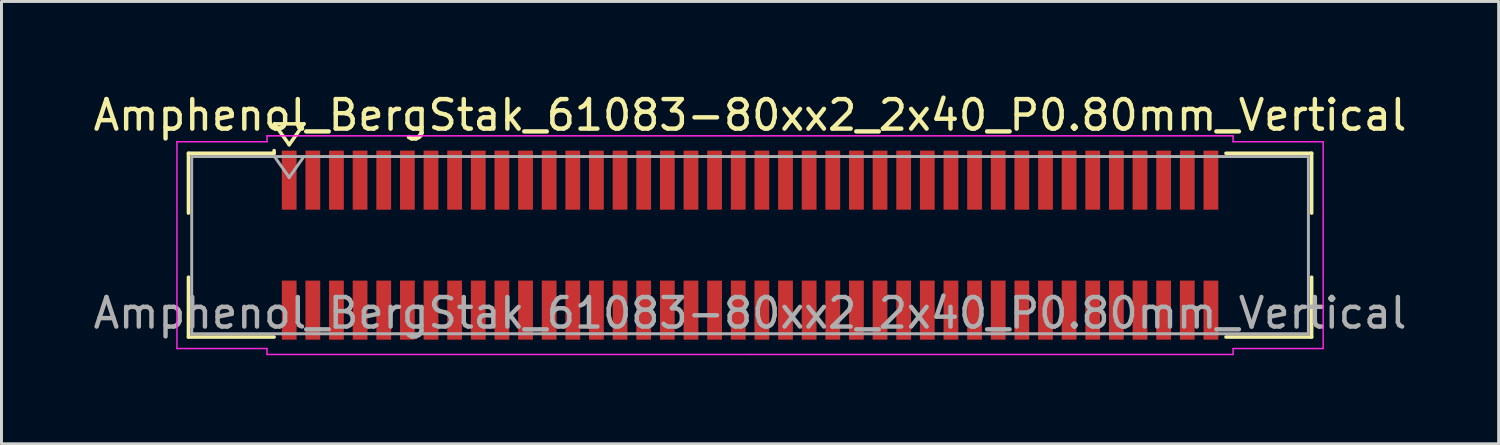
<source format=kicad_pcb>
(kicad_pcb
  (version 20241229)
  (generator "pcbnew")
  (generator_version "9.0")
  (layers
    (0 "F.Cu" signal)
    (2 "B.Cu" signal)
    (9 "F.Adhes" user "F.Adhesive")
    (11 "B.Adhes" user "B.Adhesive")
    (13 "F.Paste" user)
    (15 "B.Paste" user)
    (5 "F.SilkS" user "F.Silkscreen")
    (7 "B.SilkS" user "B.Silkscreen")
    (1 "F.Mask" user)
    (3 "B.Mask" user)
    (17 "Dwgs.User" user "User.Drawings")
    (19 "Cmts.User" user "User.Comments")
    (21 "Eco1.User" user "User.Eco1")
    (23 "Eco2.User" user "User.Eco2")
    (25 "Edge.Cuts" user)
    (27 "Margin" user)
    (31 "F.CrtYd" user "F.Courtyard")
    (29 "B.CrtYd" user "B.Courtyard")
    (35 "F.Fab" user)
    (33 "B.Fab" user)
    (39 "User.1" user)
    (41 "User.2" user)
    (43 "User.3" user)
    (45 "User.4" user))
  (footprint "Amphenol_BergStak_61083-80xx2_2x40_P0.80mm_Vertical"
    (layer "F.Cu")
    (at 22.339 5.248)
    (property "Reference" "Amphenol_BergStak_61083-80xx2_2x40_P0.80mm_Vertical" (at 0 -4.4 0) (layer "F.SilkS") (effects (font (size 1 1) (thickness 0.15))))
    (attr smd)
    (fp_line (start -19.01 -3.11) (end -16.11 -3.11) (stroke (width 0.12) (type solid)) (layer "F.SilkS"))
    (fp_line (start -19.01 -1.085) (end -19.01 -3.11) (stroke (width 0.12) (type solid)) (layer "F.SilkS"))
    (fp_line (start -19.01 1.085) (end -19.01 3.11) (stroke (width 0.12) (type solid)) (layer "F.SilkS"))
    (fp_line (start -19.01 3.11) (end -16.11 3.11) (stroke (width 0.12) (type solid)) (layer "F.SilkS"))
    (fp_line (start -16.11 -3.11) (end -16.11 -3.2) (stroke (width 0.12) (type solid)) (layer "F.SilkS"))
    (fp_line (start -16.1 -4.107) (end -15.6 -3.4) (stroke (width 0.12) (type solid)) (layer "F.SilkS"))
    (fp_line (start -15.6 -3.4) (end -15.1 -4.107) (stroke (width 0.12) (type solid)) (layer "F.SilkS"))
    (fp_line (start -15.1 -4.107) (end -16.1 -4.107) (stroke (width 0.12) (type solid)) (layer "F.SilkS"))
    (fp_line (start 19.01 -3.11) (end 16.11 -3.11) (stroke (width 0.12) (type solid)) (layer "F.SilkS"))
    (fp_line (start 19.01 -1.085) (end 19.01 -3.11) (stroke (width 0.12) (type solid)) (layer "F.SilkS"))
    (fp_line (start 19.01 1.085) (end 19.01 3.11) (stroke (width 0.12) (type solid)) (layer "F.SilkS"))
    (fp_line (start 19.01 3.11) (end 16.11 3.11) (stroke (width 0.12) (type solid)) (layer "F.SilkS"))
    (fp_line (start -19.4 -3.5) (end -19.4 3.5) (stroke (width 0.05) (type solid)) (layer "F.CrtYd"))
    (fp_line (start -19.4 3.5) (end -16.35 3.5) (stroke (width 0.05) (type solid)) (layer "F.CrtYd"))
    (fp_line (start -16.35 -3.7) (end -16.35 -3.5) (stroke (width 0.05) (type solid)) (layer "F.CrtYd"))
    (fp_line (start -16.35 -3.5) (end -19.4 -3.5) (stroke (width 0.05) (type solid)) (layer "F.CrtYd"))
    (fp_line (start -16.35 3.5) (end -16.35 3.7) (stroke (width 0.05) (type solid)) (layer "F.CrtYd"))
    (fp_line (start -16.35 3.7) (end 0 3.7) (stroke (width 0.05) (type solid)) (layer "F.CrtYd"))
    (fp_line (start 0 -3.7) (end -16.35 -3.7) (stroke (width 0.05) (type solid)) (layer "F.CrtYd"))
    (fp_line (start 0 -3.7) (end 16.35 -3.7) (stroke (width 0.05) (type solid)) (layer "F.CrtYd"))
    (fp_line (start 16.35 -3.7) (end 16.35 -3.5) (stroke (width 0.05) (type solid)) (layer "F.CrtYd"))
    (fp_line (start 16.35 -3.5) (end 19.4 -3.5) (stroke (width 0.05) (type solid)) (layer "F.CrtYd"))
    (fp_line (start 16.35 3.5) (end 16.35 3.7) (stroke (width 0.05) (type solid)) (layer "F.CrtYd"))
    (fp_line (start 16.35 3.7) (end 0 3.7) (stroke (width 0.05) (type solid)) (layer "F.CrtYd"))
    (fp_line (start 19.4 -3.5) (end 19.4 3.5) (stroke (width 0.05) (type solid)) (layer "F.CrtYd"))
    (fp_line (start 19.4 3.5) (end 16.35 3.5) (stroke (width 0.05) (type solid)) (layer "F.CrtYd"))
    (fp_line (start -18.9 -3) (end -18.9 3) (stroke (width 0.1) (type solid)) (layer "F.Fab"))
    (fp_line (start -18.9 3) (end 18.9 3) (stroke (width 0.1) (type solid)) (layer "F.Fab"))
    (fp_line (start -16.1 -3) (end -15.6 -2.293) (stroke (width 0.1) (type solid)) (layer "F.Fab"))
    (fp_line (start -15.6 -2.293) (end -15.1 -3) (stroke (width 0.1) (type solid)) (layer "F.Fab"))
    (fp_line (start 18.9 -3) (end -18.9 -3) (stroke (width 0.1) (type solid)) (layer "F.Fab"))
    (fp_line (start 18.9 3) (end 18.9 -3) (stroke (width 0.1) (type solid)) (layer "F.Fab"))
    (fp_text user "${REFERENCE}" (at 0 2.3 0) (layer "F.Fab") (effects (font (size 1 1) (thickness 0.15))))
    (pad "1" smd rect (at -15.6 -2.2) (size 0.5 2) (layers "F.Cu" "F.Mask" "F.Paste"))
    (pad "2" smd rect (at -15.6 2.2) (size 0.5 2) (layers "F.Cu" "F.Mask" "F.Paste"))
    (pad "3" smd rect (at -14.8 -2.2) (size 0.5 2) (layers "F.Cu" "F.Mask" "F.Paste"))
    (pad "4" smd rect (at -14.8 2.2) (size 0.5 2) (layers "F.Cu" "F.Mask" "F.Paste"))
    (pad "5" smd rect (at -14 -2.2) (size 0.5 2) (layers "F.Cu" "F.Mask" "F.Paste"))
    (pad "6" smd rect (at -14 2.2) (size 0.5 2) (layers "F.Cu" "F.Mask" "F.Paste"))
    (pad "7" smd rect (at -13.2 -2.2) (size 0.5 2) (layers "F.Cu" "F.Mask" "F.Paste"))
    (pad "8" smd rect (at -13.2 2.2) (size 0.5 2) (layers "F.Cu" "F.Mask" "F.Paste"))
    (pad "9" smd rect (at -12.4 -2.2) (size 0.5 2) (layers "F.Cu" "F.Mask" "F.Paste"))
    (pad "10" smd rect (at -12.4 2.2) (size 0.5 2) (layers "F.Cu" "F.Mask" "F.Paste"))
    (pad "11" smd rect (at -11.6 -2.2) (size 0.5 2) (layers "F.Cu" "F.Mask" "F.Paste"))
    (pad "12" smd rect (at -11.6 2.2) (size 0.5 2) (layers "F.Cu" "F.Mask" "F.Paste"))
    (pad "13" smd rect (at -10.8 -2.2) (size 0.5 2) (layers "F.Cu" "F.Mask" "F.Paste"))
    (pad "14" smd rect (at -10.8 2.2) (size 0.5 2) (layers "F.Cu" "F.Mask" "F.Paste"))
    (pad "15" smd rect (at -10 -2.2) (size 0.5 2) (layers "F.Cu" "F.Mask" "F.Paste"))
    (pad "16" smd rect (at -10 2.2) (size 0.5 2) (layers "F.Cu" "F.Mask" "F.Paste"))
    (pad "17" smd rect (at -9.2 -2.2) (size 0.5 2) (layers "F.Cu" "F.Mask" "F.Paste"))
    (pad "18" smd rect (at -9.2 2.2) (size 0.5 2) (layers "F.Cu" "F.Mask" "F.Paste"))
    (pad "19" smd rect (at -8.4 -2.2) (size 0.5 2) (layers "F.Cu" "F.Mask" "F.Paste"))
    (pad "20" smd rect (at -8.4 2.2) (size 0.5 2) (layers "F.Cu" "F.Mask" "F.Paste"))
    (pad "21" smd rect (at -7.6 -2.2) (size 0.5 2) (layers "F.Cu" "F.Mask" "F.Paste"))
    (pad "22" smd rect (at -7.6 2.2) (size 0.5 2) (layers "F.Cu" "F.Mask" "F.Paste"))
    (pad "23" smd rect (at -6.8 -2.2) (size 0.5 2) (layers "F.Cu" "F.Mask" "F.Paste"))
    (pad "24" smd rect (at -6.8 2.2) (size 0.5 2) (layers "F.Cu" "F.Mask" "F.Paste"))
    (pad "25" smd rect (at -6 -2.2) (size 0.5 2) (layers "F.Cu" "F.Mask" "F.Paste"))
    (pad "26" smd rect (at -6 2.2) (size 0.5 2) (layers "F.Cu" "F.Mask" "F.Paste"))
    (pad "27" smd rect (at -5.2 -2.2) (size 0.5 2) (layers "F.Cu" "F.Mask" "F.Paste"))
    (pad "28" smd rect (at -5.2 2.2) (size 0.5 2) (layers "F.Cu" "F.Mask" "F.Paste"))
    (pad "29" smd rect (at -4.4 -2.2) (size 0.5 2) (layers "F.Cu" "F.Mask" "F.Paste"))
    (pad "30" smd rect (at -4.4 2.2) (size 0.5 2) (layers "F.Cu" "F.Mask" "F.Paste"))
    (pad "31" smd rect (at -3.6 -2.2) (size 0.5 2) (layers "F.Cu" "F.Mask" "F.Paste"))
    (pad "32" smd rect (at -3.6 2.2) (size 0.5 2) (layers "F.Cu" "F.Mask" "F.Paste"))
    (pad "33" smd rect (at -2.8 -2.2) (size 0.5 2) (layers "F.Cu" "F.Mask" "F.Paste"))
    (pad "34" smd rect (at -2.8 2.2) (size 0.5 2) (layers "F.Cu" "F.Mask" "F.Paste"))
    (pad "35" smd rect (at -2 -2.2) (size 0.5 2) (layers "F.Cu" "F.Mask" "F.Paste"))
    (pad "36" smd rect (at -2 2.2) (size 0.5 2) (layers "F.Cu" "F.Mask" "F.Paste"))
    (pad "37" smd rect (at -1.2 -2.2) (size 0.5 2) (layers "F.Cu" "F.Mask" "F.Paste"))
    (pad "38" smd rect (at -1.2 2.2) (size 0.5 2) (layers "F.Cu" "F.Mask" "F.Paste"))
    (pad "39" smd rect (at -0.4 -2.2) (size 0.5 2) (layers "F.Cu" "F.Mask" "F.Paste"))
    (pad "40" smd rect (at -0.4 2.2) (size 0.5 2) (layers "F.Cu" "F.Mask" "F.Paste"))
    (pad "41" smd rect (at 0.4 -2.2) (size 0.5 2) (layers "F.Cu" "F.Mask" "F.Paste"))
    (pad "42" smd rect (at 0.4 2.2) (size 0.5 2) (layers "F.Cu" "F.Mask" "F.Paste"))
    (pad "43" smd rect (at 1.2 -2.2) (size 0.5 2) (layers "F.Cu" "F.Mask" "F.Paste"))
    (pad "44" smd rect (at 1.2 2.2) (size 0.5 2) (layers "F.Cu" "F.Mask" "F.Paste"))
    (pad "45" smd rect (at 2 -2.2) (size 0.5 2) (layers "F.Cu" "F.Mask" "F.Paste"))
    (pad "46" smd rect (at 2 2.2) (size 0.5 2) (layers "F.Cu" "F.Mask" "F.Paste"))
    (pad "47" smd rect (at 2.8 -2.2) (size 0.5 2) (layers "F.Cu" "F.Mask" "F.Paste"))
    (pad "48" smd rect (at 2.8 2.2) (size 0.5 2) (layers "F.Cu" "F.Mask" "F.Paste"))
    (pad "49" smd rect (at 3.6 -2.2) (size 0.5 2) (layers "F.Cu" "F.Mask" "F.Paste"))
    (pad "50" smd rect (at 3.6 2.2) (size 0.5 2) (layers "F.Cu" "F.Mask" "F.Paste"))
    (pad "51" smd rect (at 4.4 -2.2) (size 0.5 2) (layers "F.Cu" "F.Mask" "F.Paste"))
    (pad "52" smd rect (at 4.4 2.2) (size 0.5 2) (layers "F.Cu" "F.Mask" "F.Paste"))
    (pad "53" smd rect (at 5.2 -2.2) (size 0.5 2) (layers "F.Cu" "F.Mask" "F.Paste"))
    (pad "54" smd rect (at 5.2 2.2) (size 0.5 2) (layers "F.Cu" "F.Mask" "F.Paste"))
    (pad "55" smd rect (at 6 -2.2) (size 0.5 2) (layers "F.Cu" "F.Mask" "F.Paste"))
    (pad "56" smd rect (at 6 2.2) (size 0.5 2) (layers "F.Cu" "F.Mask" "F.Paste"))
    (pad "57" smd rect (at 6.8 -2.2) (size 0.5 2) (layers "F.Cu" "F.Mask" "F.Paste"))
    (pad "58" smd rect (at 6.8 2.2) (size 0.5 2) (layers "F.Cu" "F.Mask" "F.Paste"))
    (pad "59" smd rect (at 7.6 -2.2) (size 0.5 2) (layers "F.Cu" "F.Mask" "F.Paste"))
    (pad "60" smd rect (at 7.6 2.2) (size 0.5 2) (layers "F.Cu" "F.Mask" "F.Paste"))
    (pad "61" smd rect (at 8.4 -2.2) (size 0.5 2) (layers "F.Cu" "F.Mask" "F.Paste"))
    (pad "62" smd rect (at 8.4 2.2) (size 0.5 2) (layers "F.Cu" "F.Mask" "F.Paste"))
    (pad "63" smd rect (at 9.2 -2.2) (size 0.5 2) (layers "F.Cu" "F.Mask" "F.Paste"))
    (pad "64" smd rect (at 9.2 2.2) (size 0.5 2) (layers "F.Cu" "F.Mask" "F.Paste"))
    (pad "65" smd rect (at 10 -2.2) (size 0.5 2) (layers "F.Cu" "F.Mask" "F.Paste"))
    (pad "66" smd rect (at 10 2.2) (size 0.5 2) (layers "F.Cu" "F.Mask" "F.Paste"))
    (pad "67" smd rect (at 10.8 -2.2) (size 0.5 2) (layers "F.Cu" "F.Mask" "F.Paste"))
    (pad "68" smd rect (at 10.8 2.2) (size 0.5 2) (layers "F.Cu" "F.Mask" "F.Paste"))
    (pad "69" smd rect (at 11.6 -2.2) (size 0.5 2) (layers "F.Cu" "F.Mask" "F.Paste"))
    (pad "70" smd rect (at 11.6 2.2) (size 0.5 2) (layers "F.Cu" "F.Mask" "F.Paste"))
    (pad "71" smd rect (at 12.4 -2.2) (size 0.5 2) (layers "F.Cu" "F.Mask" "F.Paste"))
    (pad "72" smd rect (at 12.4 2.2) (size 0.5 2) (layers "F.Cu" "F.Mask" "F.Paste"))
    (pad "73" smd rect (at 13.2 -2.2) (size 0.5 2) (layers "F.Cu" "F.Mask" "F.Paste"))
    (pad "74" smd rect (at 13.2 2.2) (size 0.5 2) (layers "F.Cu" "F.Mask" "F.Paste"))
    (pad "75" smd rect (at 14 -2.2) (size 0.5 2) (layers "F.Cu" "F.Mask" "F.Paste"))
    (pad "76" smd rect (at 14 2.2) (size 0.5 2) (layers "F.Cu" "F.Mask" "F.Paste"))
    (pad "77" smd rect (at 14.8 -2.2) (size 0.5 2) (layers "F.Cu" "F.Mask" "F.Paste"))
    (pad "78" smd rect (at 14.8 2.2) (size 0.5 2) (layers "F.Cu" "F.Mask" "F.Paste"))
    (pad "79" smd rect (at 15.6 -2.2) (size 0.5 2) (layers "F.Cu" "F.Mask" "F.Paste"))
    (pad "80" smd rect (at 15.6 2.2) (size 0.5 2) (layers "F.Cu" "F.Mask" "F.Paste")))
  (gr_rect
    (start -3 -3)
    (end 47.679 11.973)
    (stroke (width 0.1) (type default))
    (fill no)
    (layer "Edge.Cuts")))
</source>
